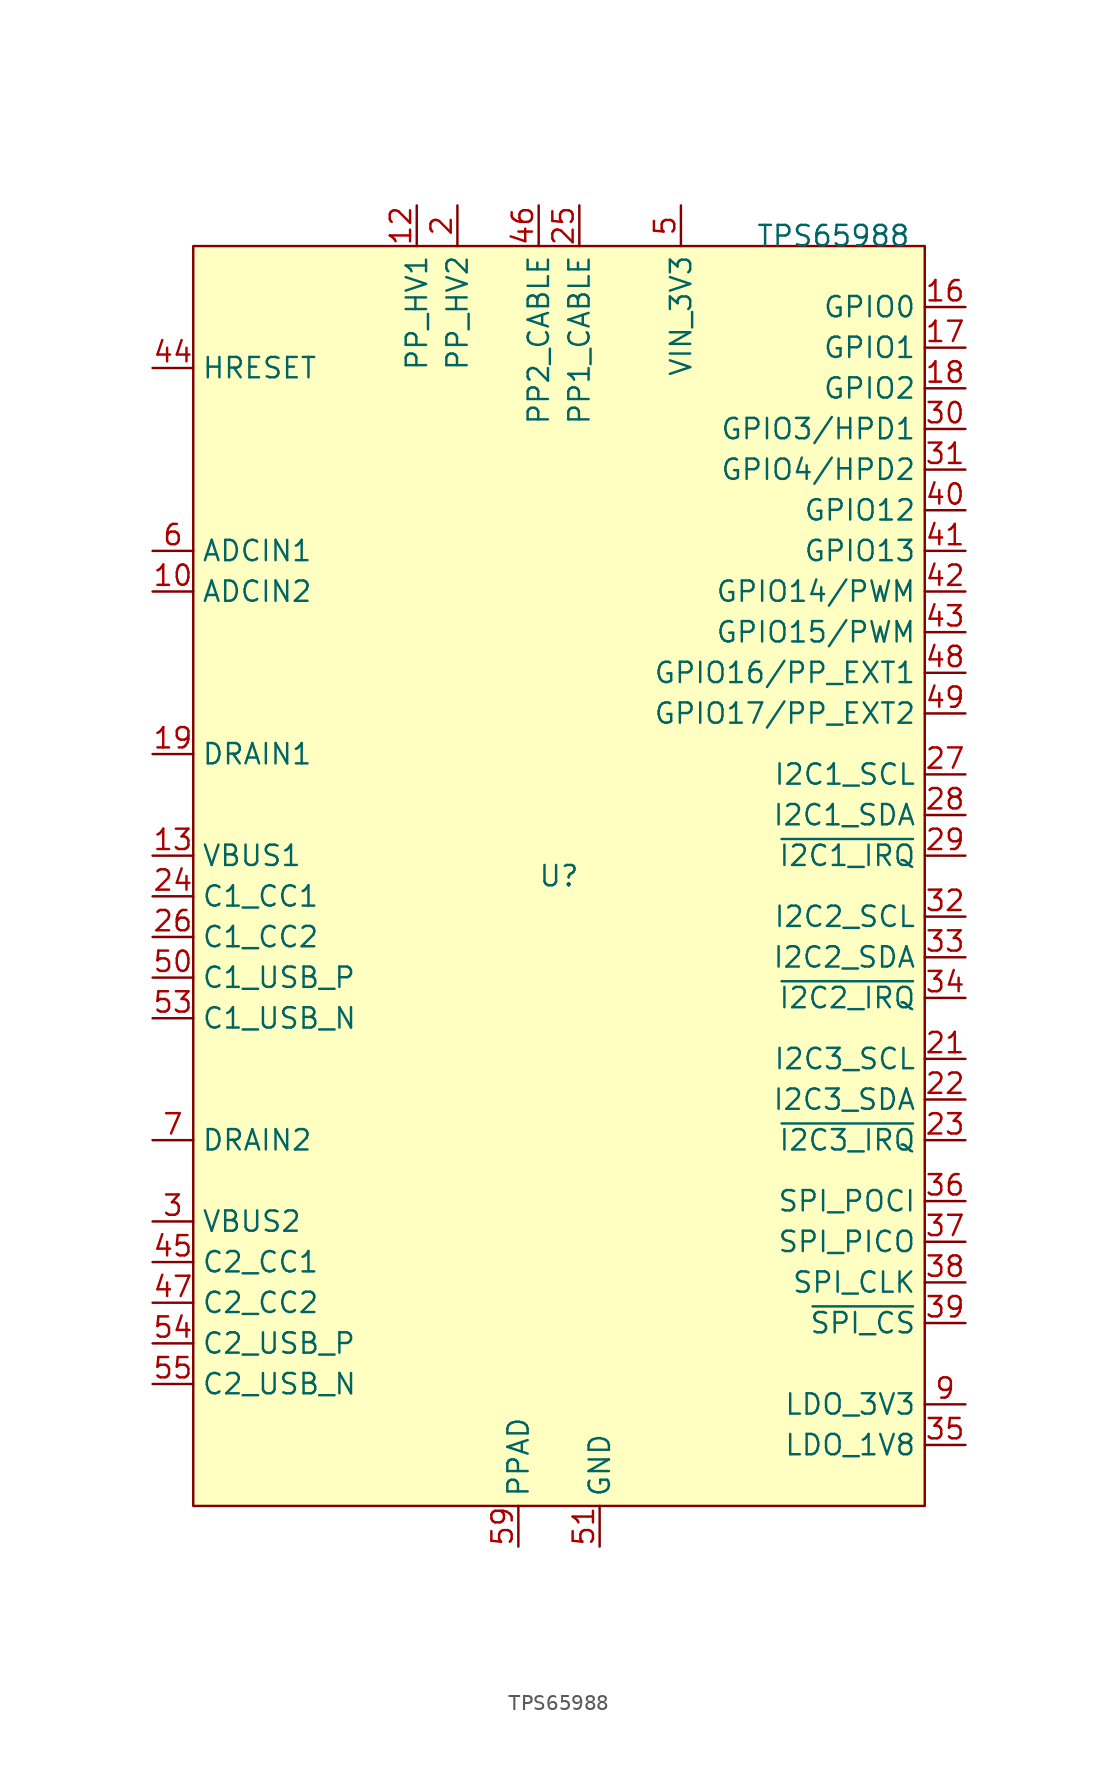
<source format=kicad_sym>
(kicad_symbol_lib
  (version 20211014)
  (generator kicad_symbol_editor)
  (symbol "TPS65988"
    (property "Reference" "U"
      (at 0 0 0)
      (effects (font (size 1.27 1.27))))
    (property "Value" "TPS65988"
      (at 17.145 40.005 0)
      (effects (font (size 1.27 1.27))))
    (symbol "TPS65988_0_0"
      (pin passive line (at -6.35 41.91 270) (length 2.54) hide (name "PP_HV2" (effects (font (size 1.27 1.27)))) (number "1" (effects (font (size 1.27 1.27)))))
      (pin input line (at -25.4 17.78 0) (length 2.54) (name "ADCIN2" (effects (font (size 1.27 1.27)))) (number "10" (effects (font (size 1.27 1.27)))))
      (pin passive line (at -8.89 41.91 270) (length 2.54) hide (name "PP_HV1" (effects (font (size 1.27 1.27)))) (number "11" (effects (font (size 1.27 1.27)))))
      (pin passive line (at -8.89 41.91 270) (length 2.54) (name "PP_HV1" (effects (font (size 1.27 1.27)))) (number "12" (effects (font (size 1.27 1.27)))))
      (pin passive line (at -25.4 1.27 0) (length 2.54) (name "VBUS1" (effects (font (size 1.27 1.27)))) (number "13" (effects (font (size 1.27 1.27)))))
      (pin passive line (at -25.4 1.27 0) (length 2.54) hide (name "VBUS1" (effects (font (size 1.27 1.27)))) (number "14" (effects (font (size 1.27 1.27)))))
      (pin passive line (at -25.4 7.62 0) (length 2.54) hide (name "DRAIN1" (effects (font (size 1.27 1.27)))) (number "15" (effects (font (size 1.27 1.27)))))
      (pin bidirectional line (at 25.4 35.56 180) (length 2.54) (name "GPIO0" (effects (font (size 1.27 1.27)))) (number "16" (effects (font (size 1.27 1.27)))))
      (pin bidirectional line (at 25.4 33.02 180) (length 2.54) (name "GPIO1" (effects (font (size 1.27 1.27)))) (number "17" (effects (font (size 1.27 1.27)))))
      (pin bidirectional line (at 25.4 30.48 180) (length 2.54) (name "GPIO2" (effects (font (size 1.27 1.27)))) (number "18" (effects (font (size 1.27 1.27)))))
      (pin passive line (at -25.4 7.62 0) (length 2.54) (name "DRAIN1" (effects (font (size 1.27 1.27)))) (number "19" (effects (font (size 1.27 1.27)))))
      (pin passive line (at -6.35 41.91 270) (length 2.54) (name "PP_HV2" (effects (font (size 1.27 1.27)))) (number "2" (effects (font (size 1.27 1.27)))))
      (pin passive line (at 2.54 -41.91 90) (length 2.54) hide (name "GND" (effects (font (size 1.27 1.27)))) (number "20" (effects (font (size 1.27 1.27)))))
      (pin bidirectional line (at 25.4 -11.43 180) (length 2.54) (name "I2C3_SCL" (effects (font (size 1.27 1.27)))) (number "21" (effects (font (size 1.27 1.27)))))
      (pin bidirectional line (at 25.4 -13.97 180) (length 2.54) (name "I2C3_SDA" (effects (font (size 1.27 1.27)))) (number "22" (effects (font (size 1.27 1.27)))))
      (pin bidirectional line (at 25.4 -16.51 180) (length 2.54) (name "~{I2C3_IRQ}" (effects (font (size 1.27 1.27)))) (number "23" (effects (font (size 1.27 1.27)))))
      (pin bidirectional line (at -25.4 -1.27 0) (length 2.54) (name "C1_CC1" (effects (font (size 1.27 1.27)))) (number "24" (effects (font (size 1.27 1.27)))))
      (pin passive line (at 1.27 41.91 270) (length 2.54) (name "PP1_CABLE" (effects (font (size 1.27 1.27)))) (number "25" (effects (font (size 1.27 1.27)))))
      (pin bidirectional line (at -25.4 -3.81 0) (length 2.54) (name "C1_CC2" (effects (font (size 1.27 1.27)))) (number "26" (effects (font (size 1.27 1.27)))))
      (pin bidirectional line (at 25.4 6.35 180) (length 2.54) (name "I2C1_SCL" (effects (font (size 1.27 1.27)))) (number "27" (effects (font (size 1.27 1.27)))))
      (pin bidirectional line (at 25.4 3.81 180) (length 2.54) (name "I2C1_SDA" (effects (font (size 1.27 1.27)))) (number "28" (effects (font (size 1.27 1.27)))))
      (pin output line (at 25.4 1.27 180) (length 2.54) (name "~{I2C1_IRQ}" (effects (font (size 1.27 1.27)))) (number "29" (effects (font (size 1.27 1.27)))))
      (pin passive line (at -25.4 -21.59 0) (length 2.54) (name "VBUS2" (effects (font (size 1.27 1.27)))) (number "3" (effects (font (size 1.27 1.27)))))
      (pin bidirectional line (at 25.4 27.94 180) (length 2.54) (name "GPIO3/HPD1" (effects (font (size 1.27 1.27)))) (number "30" (effects (font (size 1.27 1.27)))))
      (pin bidirectional line (at 25.4 25.4 180) (length 2.54) (name "GPIO4/HPD2" (effects (font (size 1.27 1.27)))) (number "31" (effects (font (size 1.27 1.27)))))
      (pin bidirectional line (at 25.4 -2.54 180) (length 2.54) (name "I2C2_SCL" (effects (font (size 1.27 1.27)))) (number "32" (effects (font (size 1.27 1.27)))))
      (pin bidirectional line (at 25.4 -5.08 180) (length 2.54) (name "I2C2_SDA" (effects (font (size 1.27 1.27)))) (number "33" (effects (font (size 1.27 1.27)))))
      (pin output line (at 25.4 -7.62 180) (length 2.54) (name "~{I2C2_IRQ}" (effects (font (size 1.27 1.27)))) (number "34" (effects (font (size 1.27 1.27)))))
      (pin passive line (at 25.4 -35.56 180) (length 2.54) (name "LDO_1V8" (effects (font (size 1.27 1.27)))) (number "35" (effects (font (size 1.27 1.27)))))
      (pin input line (at 25.4 -20.32 180) (length 2.54) (name "SPI_POCI" (effects (font (size 1.27 1.27)))) (number "36" (effects (font (size 1.27 1.27)))))
      (pin output line (at 25.4 -22.86 180) (length 2.54) (name "SPI_PICO" (effects (font (size 1.27 1.27)))) (number "37" (effects (font (size 1.27 1.27)))))
      (pin bidirectional line (at 25.4 -25.4 180) (length 2.54) (name "SPI_CLK" (effects (font (size 1.27 1.27)))) (number "38" (effects (font (size 1.27 1.27)))))
      (pin bidirectional line (at 25.4 -27.94 180) (length 2.54) (name "~{SPI_CS}" (effects (font (size 1.27 1.27)))) (number "39" (effects (font (size 1.27 1.27)))))
      (pin passive line (at -25.4 -21.59 0) (length 2.54) hide (name "VBUS2" (effects (font (size 1.27 1.27)))) (number "4" (effects (font (size 1.27 1.27)))))
      (pin bidirectional line (at 25.4 22.86 180) (length 2.54) (name "GPIO12" (effects (font (size 1.27 1.27)))) (number "40" (effects (font (size 1.27 1.27)))))
      (pin bidirectional line (at 25.4 20.32 180) (length 2.54) (name "GPIO13" (effects (font (size 1.27 1.27)))) (number "41" (effects (font (size 1.27 1.27)))))
      (pin bidirectional line (at 25.4 17.78 180) (length 2.54) (name "GPIO14/PWM" (effects (font (size 1.27 1.27)))) (number "42" (effects (font (size 1.27 1.27)))))
      (pin bidirectional line (at 25.4 15.24 180) (length 2.54) (name "GPIO15/PWM" (effects (font (size 1.27 1.27)))) (number "43" (effects (font (size 1.27 1.27)))))
      (pin bidirectional line (at -25.4 31.75 0) (length 2.54) (name "HRESET" (effects (font (size 1.27 1.27)))) (number "44" (effects (font (size 1.27 1.27)))))
      (pin bidirectional line (at -25.4 -24.13 0) (length 2.54) (name "C2_CC1" (effects (font (size 1.27 1.27)))) (number "45" (effects (font (size 1.27 1.27)))))
      (pin passive line (at -1.27 41.91 270) (length 2.54) (name "PP2_CABLE" (effects (font (size 1.27 1.27)))) (number "46" (effects (font (size 1.27 1.27)))))
      (pin bidirectional line (at -25.4 -26.67 0) (length 2.54) (name "C2_CC2" (effects (font (size 1.27 1.27)))) (number "47" (effects (font (size 1.27 1.27)))))
      (pin bidirectional line (at 25.4 12.7 180) (length 2.54) (name "GPIO16/PP_EXT1" (effects (font (size 1.27 1.27)))) (number "48" (effects (font (size 1.27 1.27)))))
      (pin bidirectional line (at 25.4 10.16 180) (length 2.54) (name "GPIO17/PP_EXT2" (effects (font (size 1.27 1.27)))) (number "49" (effects (font (size 1.27 1.27)))))
      (pin passive line (at 7.62 41.91 270) (length 2.54) (name "VIN_3V3" (effects (font (size 1.27 1.27)))) (number "5" (effects (font (size 1.27 1.27)))))
      (pin bidirectional line (at -25.4 -6.35 0) (length 2.54) (name "C1_USB_P" (effects (font (size 1.27 1.27)))) (number "50" (effects (font (size 1.27 1.27)))))
      (pin passive line (at 2.54 -41.91 90) (length 2.54) (name "GND" (effects (font (size 1.27 1.27)))) (number "51" (effects (font (size 1.27 1.27)))))
      (pin passive line (at -25.4 -16.51 0) (length 2.54) hide (name "DRAIN2" (effects (font (size 1.27 1.27)))) (number "52" (effects (font (size 1.27 1.27)))))
      (pin bidirectional line (at -25.4 -8.89 0) (length 2.54) (name "C1_USB_N" (effects (font (size 1.27 1.27)))) (number "53" (effects (font (size 1.27 1.27)))))
      (pin bidirectional line (at -25.4 -29.21 0) (length 2.54) (name "C2_USB_P" (effects (font (size 1.27 1.27)))) (number "54" (effects (font (size 1.27 1.27)))))
      (pin bidirectional line (at -25.4 -31.75 0) (length 2.54) (name "C2_USB_N" (effects (font (size 1.27 1.27)))) (number "55" (effects (font (size 1.27 1.27)))))
      (pin passive line (at -25.4 -16.51 0) (length 2.54) hide (name "DRAIN2" (effects (font (size 1.27 1.27)))) (number "56" (effects (font (size 1.27 1.27)))))
      (pin passive line (at -25.4 -16.51 0) (length 2.54) hide (name "DRAIN2" (effects (font (size 1.27 1.27)))) (number "57" (effects (font (size 1.27 1.27)))))
      (pin passive line (at -25.4 7.62 0) (length 2.54) hide (name "DRAIN1" (effects (font (size 1.27 1.27)))) (number "58" (effects (font (size 1.27 1.27)))))
      (pin passive line (at -2.54 -41.91 90) (length 2.54) (name "PPAD" (effects (font (size 1.27 1.27)))) (number "59" (effects (font (size 1.27 1.27)))))
      (pin input line (at -25.4 20.32 0) (length 2.54) (name "ADCIN1" (effects (font (size 1.27 1.27)))) (number "6" (effects (font (size 1.27 1.27)))))
      (pin passive line (at -25.4 -16.51 0) (length 2.54) (name "DRAIN2" (effects (font (size 1.27 1.27)))) (number "7" (effects (font (size 1.27 1.27)))))
      (pin passive line (at -25.4 7.62 0) (length 2.54) hide (name "DRAIN1" (effects (font (size 1.27 1.27)))) (number "8" (effects (font (size 1.27 1.27)))))
      (pin passive line (at 25.4 -33.02 180) (length 2.54) (name "LDO_3V3" (effects (font (size 1.27 1.27)))) (number "9" (effects (font (size 1.27 1.27))))))
    (symbol "TPS65988_0_1"
      (rectangle (start -22.86 39.37) (end 22.86 -39.37) (stroke (width 0) (type default) (color 0 0 0 0)) (fill (type background))))))
</source>
